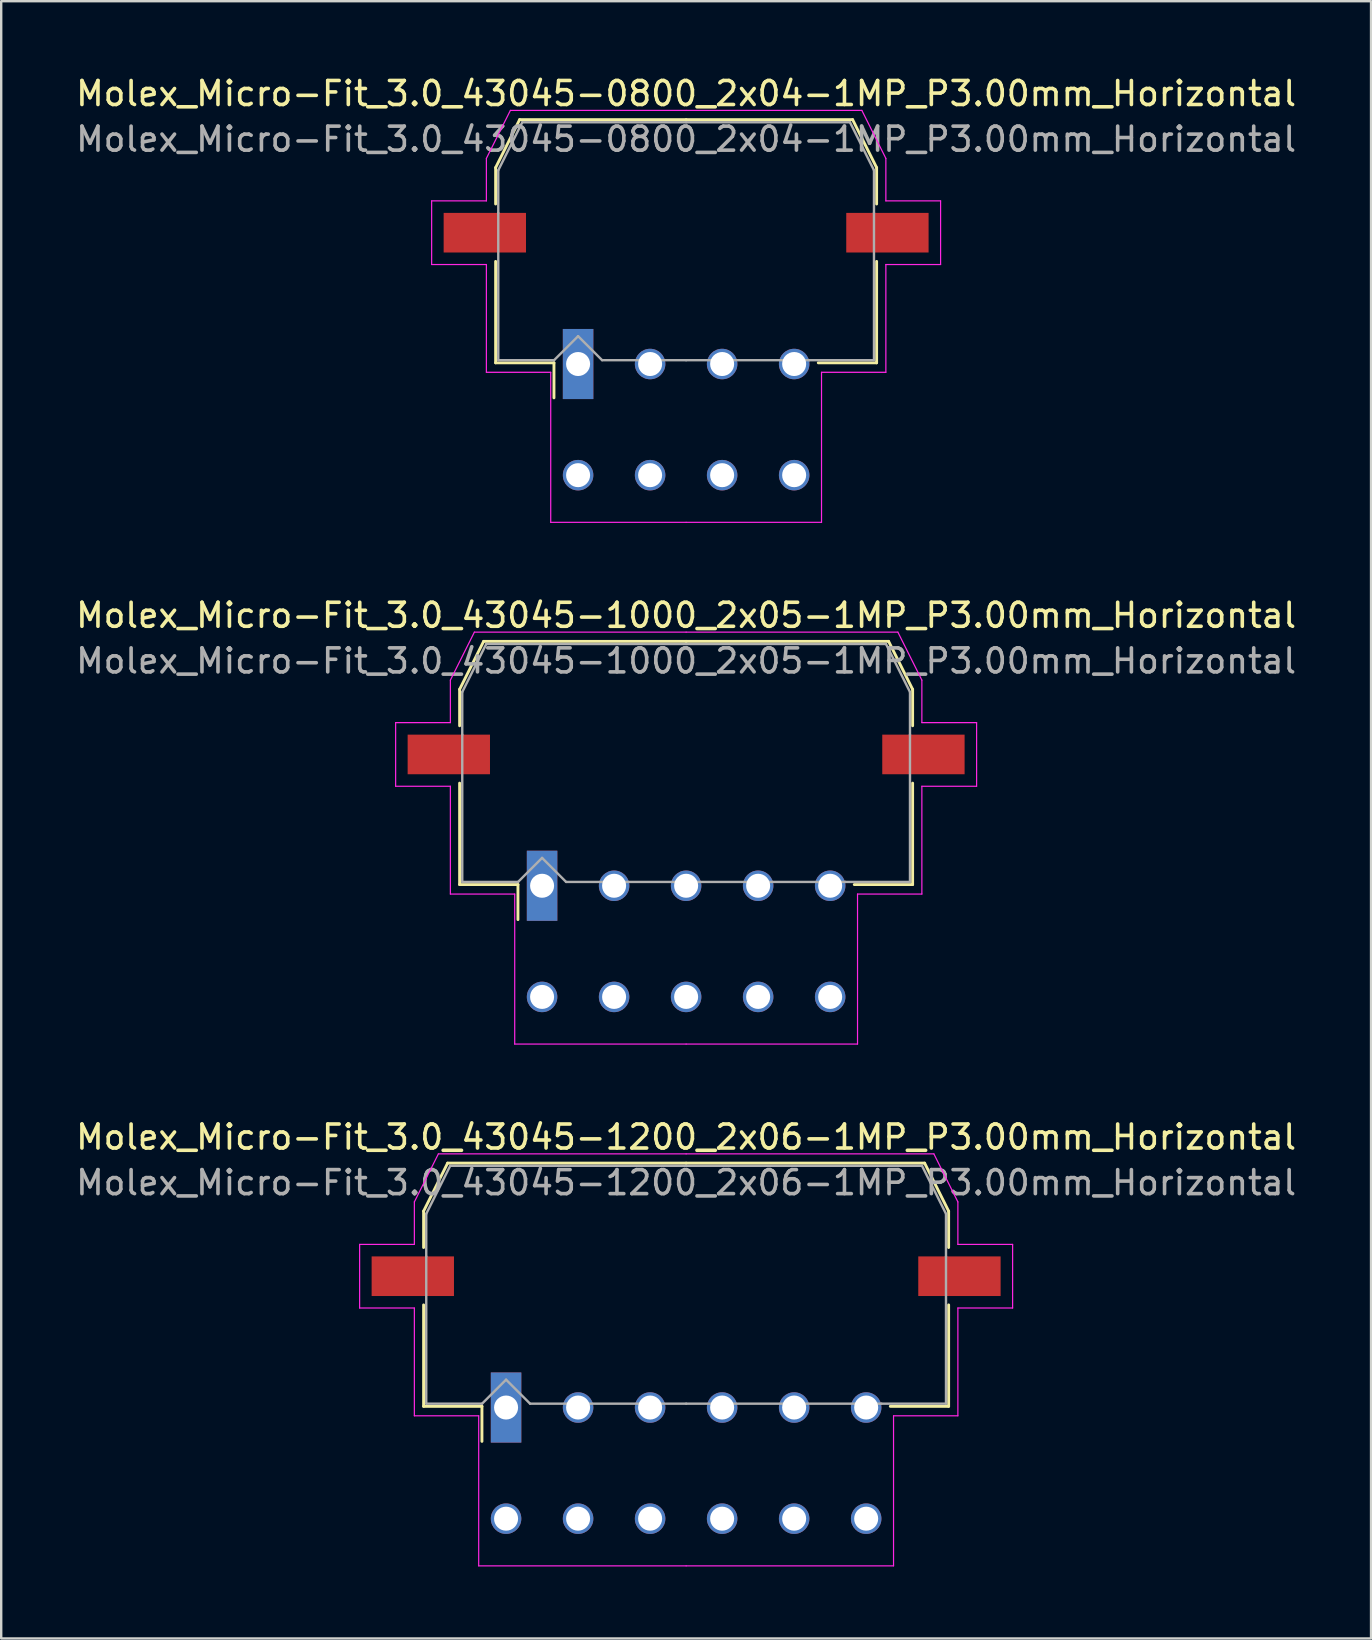
<source format=kicad_pcb>
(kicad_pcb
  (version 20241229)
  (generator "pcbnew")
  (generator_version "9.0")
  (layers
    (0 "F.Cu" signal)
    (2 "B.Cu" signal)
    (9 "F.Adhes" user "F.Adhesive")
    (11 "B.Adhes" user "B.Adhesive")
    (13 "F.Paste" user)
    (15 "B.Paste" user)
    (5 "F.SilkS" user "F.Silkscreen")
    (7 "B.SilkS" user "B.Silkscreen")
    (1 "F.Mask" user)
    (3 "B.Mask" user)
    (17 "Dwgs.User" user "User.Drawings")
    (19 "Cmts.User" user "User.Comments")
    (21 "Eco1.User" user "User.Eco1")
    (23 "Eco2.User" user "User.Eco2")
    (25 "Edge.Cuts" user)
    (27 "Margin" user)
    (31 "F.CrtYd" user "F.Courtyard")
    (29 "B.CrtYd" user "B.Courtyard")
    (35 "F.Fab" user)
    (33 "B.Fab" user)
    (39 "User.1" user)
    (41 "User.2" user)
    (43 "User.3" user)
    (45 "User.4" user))
  (footprint "Molex_Micro-Fit_3.0_43045-0800_2x04-1MP_P3.00mm_Horizontal"
    (layer "F.Cu")
    (at 25.53 14.428)
    (property "Reference" "Molex_Micro-Fit_3.0_43045-0800_2x04-1MP_P3.00mm_Horizontal" (at 0 -13.58 0) (layer "F.SilkS") (effects (font (size 1 1) (thickness 0.15))))
    (attr through_hole)
    (fp_line (start -7.935 -10.495) (end -7.935 -8.98) (stroke (width 0.12) (type solid)) (layer "F.SilkS"))
    (fp_line (start -7.935 -6.59) (end -7.935 -2.365) (stroke (width 0.12) (type solid)) (layer "F.SilkS"))
    (fp_line (start -7.935 -2.365) (end -5.505 -2.365) (stroke (width 0.12) (type solid)) (layer "F.SilkS"))
    (fp_line (start -6.935 -12.495) (end -7.935 -10.495) (stroke (width 0.12) (type solid)) (layer "F.SilkS"))
    (fp_line (start -5.505 -2.365) (end -5.505 -0.905) (stroke (width 0.12) (type solid)) (layer "F.SilkS"))
    (fp_line (start 0 -12.495) (end -6.935 -12.495) (stroke (width 0.12) (type solid)) (layer "F.SilkS"))
    (fp_line (start 0 -12.495) (end 6.935 -12.495) (stroke (width 0.12) (type solid)) (layer "F.SilkS"))
    (fp_line (start 6.935 -12.495) (end 7.935 -10.495) (stroke (width 0.12) (type solid)) (layer "F.SilkS"))
    (fp_line (start 7.935 -10.495) (end 7.935 -8.98) (stroke (width 0.12) (type solid)) (layer "F.SilkS"))
    (fp_line (start 7.935 -6.59) (end 7.935 -2.365) (stroke (width 0.12) (type solid)) (layer "F.SilkS"))
    (fp_line (start 7.935 -2.365) (end 5.505 -2.365) (stroke (width 0.12) (type solid)) (layer "F.SilkS"))
    (fp_line (start -10.6 -9.11) (end -10.6 -6.46) (stroke (width 0.05) (type solid)) (layer "F.CrtYd"))
    (fp_line (start -10.6 -6.46) (end -8.32 -6.46) (stroke (width 0.05) (type solid)) (layer "F.CrtYd"))
    (fp_line (start -8.32 -10.88) (end -8.32 -9.11) (stroke (width 0.05) (type solid)) (layer "F.CrtYd"))
    (fp_line (start -8.32 -9.11) (end -10.6 -9.11) (stroke (width 0.05) (type solid)) (layer "F.CrtYd"))
    (fp_line (start -8.32 -6.46) (end -8.32 -1.97) (stroke (width 0.05) (type solid)) (layer "F.CrtYd"))
    (fp_line (start -8.32 -1.97) (end -5.64 -1.97) (stroke (width 0.05) (type solid)) (layer "F.CrtYd"))
    (fp_line (start -7.32 -12.88) (end -8.32 -10.88) (stroke (width 0.05) (type solid)) (layer "F.CrtYd"))
    (fp_line (start -5.64 -1.97) (end -5.64 4.28) (stroke (width 0.05) (type solid)) (layer "F.CrtYd"))
    (fp_line (start -5.64 4.28) (end 0 4.28) (stroke (width 0.05) (type solid)) (layer "F.CrtYd"))
    (fp_line (start 0 -12.88) (end -7.32 -12.88) (stroke (width 0.05) (type solid)) (layer "F.CrtYd"))
    (fp_line (start 0 -12.88) (end 7.32 -12.88) (stroke (width 0.05) (type solid)) (layer "F.CrtYd"))
    (fp_line (start 5.64 -1.97) (end 5.64 4.28) (stroke (width 0.05) (type solid)) (layer "F.CrtYd"))
    (fp_line (start 5.64 4.28) (end 0 4.28) (stroke (width 0.05) (type solid)) (layer "F.CrtYd"))
    (fp_line (start 7.32 -12.88) (end 8.32 -10.88) (stroke (width 0.05) (type solid)) (layer "F.CrtYd"))
    (fp_line (start 8.32 -10.88) (end 8.32 -9.11) (stroke (width 0.05) (type solid)) (layer "F.CrtYd"))
    (fp_line (start 8.32 -9.11) (end 10.6 -9.11) (stroke (width 0.05) (type solid)) (layer "F.CrtYd"))
    (fp_line (start 8.32 -6.46) (end 8.32 -1.97) (stroke (width 0.05) (type solid)) (layer "F.CrtYd"))
    (fp_line (start 8.32 -1.97) (end 5.64 -1.97) (stroke (width 0.05) (type solid)) (layer "F.CrtYd"))
    (fp_line (start 10.6 -9.11) (end 10.6 -6.46) (stroke (width 0.05) (type solid)) (layer "F.CrtYd"))
    (fp_line (start 10.6 -6.46) (end 8.32 -6.46) (stroke (width 0.05) (type solid)) (layer "F.CrtYd"))
    (fp_line (start -7.825 -10.385) (end -7.825 -8.61) (stroke (width 0.1) (type solid)) (layer "F.Fab"))
    (fp_line (start -7.825 -8.61) (end -7.825 -2.475) (stroke (width 0.1) (type solid)) (layer "F.Fab"))
    (fp_line (start -7.825 -2.475) (end -5.5 -2.475) (stroke (width 0.1) (type solid)) (layer "F.Fab"))
    (fp_line (start -6.825 -12.385) (end -7.825 -10.385) (stroke (width 0.1) (type solid)) (layer "F.Fab"))
    (fp_line (start -5.5 -2.475) (end -4.5 -3.475) (stroke (width 0.1) (type solid)) (layer "F.Fab"))
    (fp_line (start -4.5 -3.475) (end -3.5 -2.475) (stroke (width 0.1) (type solid)) (layer "F.Fab"))
    (fp_line (start -3.5 -2.475) (end 0 -2.475) (stroke (width 0.1) (type solid)) (layer "F.Fab"))
    (fp_line (start 0 -12.385) (end -6.825 -12.385) (stroke (width 0.1) (type solid)) (layer "F.Fab"))
    (fp_line (start 0 -12.385) (end 6.825 -12.385) (stroke (width 0.1) (type solid)) (layer "F.Fab"))
    (fp_line (start 5.135 -2.475) (end 0 -2.475) (stroke (width 0.1) (type solid)) (layer "F.Fab"))
    (fp_line (start 6.825 -12.385) (end 7.825 -10.385) (stroke (width 0.1) (type solid)) (layer "F.Fab"))
    (fp_line (start 7.825 -10.385) (end 7.825 -8.61) (stroke (width 0.1) (type solid)) (layer "F.Fab"))
    (fp_line (start 7.825 -8.61) (end 7.825 -2.475) (stroke (width 0.1) (type solid)) (layer "F.Fab"))
    (fp_line (start 7.825 -2.475) (end 5.135 -2.475) (stroke (width 0.1) (type solid)) (layer "F.Fab"))
    (fp_text user "${REFERENCE}" (at 0 -11.68 0) (layer "F.Fab") (effects (font (size 1 1) (thickness 0.15))))
    (pad "1" thru_hole rect (at -4.5 -2.315) (size 1.27 2.92) (drill 1) (layers "*.Cu" "*.Mask"))
    (pad "2" thru_hole circle (at -1.5 -2.315) (size 1.27 1.27) (drill 1) (layers "*.Cu" "*.Mask"))
    (pad "3" thru_hole circle (at 1.5 -2.315) (size 1.27 1.27) (drill 1) (layers "*.Cu" "*.Mask"))
    (pad "4" thru_hole circle (at 4.5 -2.315) (size 1.27 1.27) (drill 1) (layers "*.Cu" "*.Mask"))
    (pad "5" thru_hole circle (at -4.5 2.315) (size 1.27 1.27) (drill 1) (layers "*.Cu" "*.Mask"))
    (pad "6" thru_hole circle (at -1.5 2.315) (size 1.27 1.27) (drill 1) (layers "*.Cu" "*.Mask"))
    (pad "7" thru_hole circle (at 1.5 2.315) (size 1.27 1.27) (drill 1) (layers "*.Cu" "*.Mask"))
    (pad "8" thru_hole circle (at 4.5 2.315) (size 1.27 1.27) (drill 1) (layers "*.Cu" "*.Mask"))
    (pad "MP" smd rect (at -8.385 -7.785) (size 3.43 1.65) (layers "F.Cu" "F.Mask" "F.Paste"))
    (pad "MP" smd rect (at 8.385 -7.785) (size 3.43 1.65) (layers "F.Cu" "F.Mask" "F.Paste")))
  (footprint "Molex_Micro-Fit_3.0_43045-1000_2x05-1MP_P3.00mm_Horizontal"
    (layer "F.Cu")
    (at 25.53 36.161)
    (property "Reference" "Molex_Micro-Fit_3.0_43045-1000_2x05-1MP_P3.00mm_Horizontal" (at 0 -13.58 0) (layer "F.SilkS") (effects (font (size 1 1) (thickness 0.15))))
    (attr through_hole)
    (fp_line (start -9.435 -10.495) (end -9.435 -8.98) (stroke (width 0.12) (type solid)) (layer "F.SilkS"))
    (fp_line (start -9.435 -6.59) (end -9.435 -2.365) (stroke (width 0.12) (type solid)) (layer "F.SilkS"))
    (fp_line (start -9.435 -2.365) (end -7.005 -2.365) (stroke (width 0.12) (type solid)) (layer "F.SilkS"))
    (fp_line (start -8.435 -12.495) (end -9.435 -10.495) (stroke (width 0.12) (type solid)) (layer "F.SilkS"))
    (fp_line (start -7.005 -2.365) (end -7.005 -0.905) (stroke (width 0.12) (type solid)) (layer "F.SilkS"))
    (fp_line (start 0 -12.495) (end -8.435 -12.495) (stroke (width 0.12) (type solid)) (layer "F.SilkS"))
    (fp_line (start 0 -12.495) (end 8.435 -12.495) (stroke (width 0.12) (type solid)) (layer "F.SilkS"))
    (fp_line (start 8.435 -12.495) (end 9.435 -10.495) (stroke (width 0.12) (type solid)) (layer "F.SilkS"))
    (fp_line (start 9.435 -10.495) (end 9.435 -8.98) (stroke (width 0.12) (type solid)) (layer "F.SilkS"))
    (fp_line (start 9.435 -6.59) (end 9.435 -2.365) (stroke (width 0.12) (type solid)) (layer "F.SilkS"))
    (fp_line (start 9.435 -2.365) (end 7.005 -2.365) (stroke (width 0.12) (type solid)) (layer "F.SilkS"))
    (fp_line (start -12.1 -9.11) (end -12.1 -6.46) (stroke (width 0.05) (type solid)) (layer "F.CrtYd"))
    (fp_line (start -12.1 -6.46) (end -9.82 -6.46) (stroke (width 0.05) (type solid)) (layer "F.CrtYd"))
    (fp_line (start -9.82 -10.88) (end -9.82 -9.11) (stroke (width 0.05) (type solid)) (layer "F.CrtYd"))
    (fp_line (start -9.82 -9.11) (end -12.1 -9.11) (stroke (width 0.05) (type solid)) (layer "F.CrtYd"))
    (fp_line (start -9.82 -6.46) (end -9.82 -1.97) (stroke (width 0.05) (type solid)) (layer "F.CrtYd"))
    (fp_line (start -9.82 -1.97) (end -7.14 -1.97) (stroke (width 0.05) (type solid)) (layer "F.CrtYd"))
    (fp_line (start -8.82 -12.88) (end -9.82 -10.88) (stroke (width 0.05) (type solid)) (layer "F.CrtYd"))
    (fp_line (start -7.14 -1.97) (end -7.14 4.28) (stroke (width 0.05) (type solid)) (layer "F.CrtYd"))
    (fp_line (start -7.14 4.28) (end 0 4.28) (stroke (width 0.05) (type solid)) (layer "F.CrtYd"))
    (fp_line (start 0 -12.88) (end -8.82 -12.88) (stroke (width 0.05) (type solid)) (layer "F.CrtYd"))
    (fp_line (start 0 -12.88) (end 8.82 -12.88) (stroke (width 0.05) (type solid)) (layer "F.CrtYd"))
    (fp_line (start 7.14 -1.97) (end 7.14 4.28) (stroke (width 0.05) (type solid)) (layer "F.CrtYd"))
    (fp_line (start 7.14 4.28) (end 0 4.28) (stroke (width 0.05) (type solid)) (layer "F.CrtYd"))
    (fp_line (start 8.82 -12.88) (end 9.82 -10.88) (stroke (width 0.05) (type solid)) (layer "F.CrtYd"))
    (fp_line (start 9.82 -10.88) (end 9.82 -9.11) (stroke (width 0.05) (type solid)) (layer "F.CrtYd"))
    (fp_line (start 9.82 -9.11) (end 12.1 -9.11) (stroke (width 0.05) (type solid)) (layer "F.CrtYd"))
    (fp_line (start 9.82 -6.46) (end 9.82 -1.97) (stroke (width 0.05) (type solid)) (layer "F.CrtYd"))
    (fp_line (start 9.82 -1.97) (end 7.14 -1.97) (stroke (width 0.05) (type solid)) (layer "F.CrtYd"))
    (fp_line (start 12.1 -9.11) (end 12.1 -6.46) (stroke (width 0.05) (type solid)) (layer "F.CrtYd"))
    (fp_line (start 12.1 -6.46) (end 9.82 -6.46) (stroke (width 0.05) (type solid)) (layer "F.CrtYd"))
    (fp_line (start -9.325 -10.385) (end -9.325 -8.61) (stroke (width 0.1) (type solid)) (layer "F.Fab"))
    (fp_line (start -9.325 -8.61) (end -9.325 -2.475) (stroke (width 0.1) (type solid)) (layer "F.Fab"))
    (fp_line (start -9.325 -2.475) (end -7 -2.475) (stroke (width 0.1) (type solid)) (layer "F.Fab"))
    (fp_line (start -8.325 -12.385) (end -9.325 -10.385) (stroke (width 0.1) (type solid)) (layer "F.Fab"))
    (fp_line (start -7 -2.475) (end -6 -3.475) (stroke (width 0.1) (type solid)) (layer "F.Fab"))
    (fp_line (start -6 -3.475) (end -5 -2.475) (stroke (width 0.1) (type solid)) (layer "F.Fab"))
    (fp_line (start -5 -2.475) (end 0 -2.475) (stroke (width 0.1) (type solid)) (layer "F.Fab"))
    (fp_line (start 0 -12.385) (end -8.325 -12.385) (stroke (width 0.1) (type solid)) (layer "F.Fab"))
    (fp_line (start 0 -12.385) (end 8.325 -12.385) (stroke (width 0.1) (type solid)) (layer "F.Fab"))
    (fp_line (start 6.635 -2.475) (end 0 -2.475) (stroke (width 0.1) (type solid)) (layer "F.Fab"))
    (fp_line (start 8.325 -12.385) (end 9.325 -10.385) (stroke (width 0.1) (type solid)) (layer "F.Fab"))
    (fp_line (start 9.325 -10.385) (end 9.325 -8.61) (stroke (width 0.1) (type solid)) (layer "F.Fab"))
    (fp_line (start 9.325 -8.61) (end 9.325 -2.475) (stroke (width 0.1) (type solid)) (layer "F.Fab"))
    (fp_line (start 9.325 -2.475) (end 6.635 -2.475) (stroke (width 0.1) (type solid)) (layer "F.Fab"))
    (fp_text user "${REFERENCE}" (at 0 -11.68 0) (layer "F.Fab") (effects (font (size 1 1) (thickness 0.15))))
    (pad "1" thru_hole rect (at -6 -2.315) (size 1.27 2.92) (drill 1) (layers "*.Cu" "*.Mask"))
    (pad "2" thru_hole circle (at -3 -2.315) (size 1.27 1.27) (drill 1) (layers "*.Cu" "*.Mask"))
    (pad "3" thru_hole circle (at 0 -2.315) (size 1.27 1.27) (drill 1) (layers "*.Cu" "*.Mask"))
    (pad "4" thru_hole circle (at 3 -2.315) (size 1.27 1.27) (drill 1) (layers "*.Cu" "*.Mask"))
    (pad "5" thru_hole circle (at 6 -2.315) (size 1.27 1.27) (drill 1) (layers "*.Cu" "*.Mask"))
    (pad "6" thru_hole circle (at -6 2.315) (size 1.27 1.27) (drill 1) (layers "*.Cu" "*.Mask"))
    (pad "7" thru_hole circle (at -3 2.315) (size 1.27 1.27) (drill 1) (layers "*.Cu" "*.Mask"))
    (pad "8" thru_hole circle (at 0 2.315) (size 1.27 1.27) (drill 1) (layers "*.Cu" "*.Mask"))
    (pad "9" thru_hole circle (at 3 2.315) (size 1.27 1.27) (drill 1) (layers "*.Cu" "*.Mask"))
    (pad "10" thru_hole circle (at 6 2.315) (size 1.27 1.27) (drill 1) (layers "*.Cu" "*.Mask"))
    (pad "MP" smd rect (at -9.885 -7.785) (size 3.43 1.65) (layers "F.Cu" "F.Mask" "F.Paste"))
    (pad "MP" smd rect (at 9.885 -7.785) (size 3.43 1.65) (layers "F.Cu" "F.Mask" "F.Paste")))
  (footprint "Molex_Micro-Fit_3.0_43045-1200_2x06-1MP_P3.00mm_Horizontal"
    (layer "F.Cu")
    (at 25.53 57.895)
    (property "Reference" "Molex_Micro-Fit_3.0_43045-1200_2x06-1MP_P3.00mm_Horizontal" (at 0 -13.58 0) (layer "F.SilkS") (effects (font (size 1 1) (thickness 0.15))))
    (attr through_hole)
    (fp_line (start -10.935 -10.495) (end -10.935 -8.98) (stroke (width 0.12) (type solid)) (layer "F.SilkS"))
    (fp_line (start -10.935 -6.59) (end -10.935 -2.365) (stroke (width 0.12) (type solid)) (layer "F.SilkS"))
    (fp_line (start -10.935 -2.365) (end -8.505 -2.365) (stroke (width 0.12) (type solid)) (layer "F.SilkS"))
    (fp_line (start -9.935 -12.495) (end -10.935 -10.495) (stroke (width 0.12) (type solid)) (layer "F.SilkS"))
    (fp_line (start -8.505 -2.365) (end -8.505 -0.905) (stroke (width 0.12) (type solid)) (layer "F.SilkS"))
    (fp_line (start 0 -12.495) (end -9.935 -12.495) (stroke (width 0.12) (type solid)) (layer "F.SilkS"))
    (fp_line (start 0 -12.495) (end 9.935 -12.495) (stroke (width 0.12) (type solid)) (layer "F.SilkS"))
    (fp_line (start 9.935 -12.495) (end 10.935 -10.495) (stroke (width 0.12) (type solid)) (layer "F.SilkS"))
    (fp_line (start 10.935 -10.495) (end 10.935 -8.98) (stroke (width 0.12) (type solid)) (layer "F.SilkS"))
    (fp_line (start 10.935 -6.59) (end 10.935 -2.365) (stroke (width 0.12) (type solid)) (layer "F.SilkS"))
    (fp_line (start 10.935 -2.365) (end 8.505 -2.365) (stroke (width 0.12) (type solid)) (layer "F.SilkS"))
    (fp_line (start -13.6 -9.11) (end -13.6 -6.46) (stroke (width 0.05) (type solid)) (layer "F.CrtYd"))
    (fp_line (start -13.6 -6.46) (end -11.32 -6.46) (stroke (width 0.05) (type solid)) (layer "F.CrtYd"))
    (fp_line (start -11.32 -10.88) (end -11.32 -9.11) (stroke (width 0.05) (type solid)) (layer "F.CrtYd"))
    (fp_line (start -11.32 -9.11) (end -13.6 -9.11) (stroke (width 0.05) (type solid)) (layer "F.CrtYd"))
    (fp_line (start -11.32 -6.46) (end -11.32 -1.97) (stroke (width 0.05) (type solid)) (layer "F.CrtYd"))
    (fp_line (start -11.32 -1.97) (end -8.64 -1.97) (stroke (width 0.05) (type solid)) (layer "F.CrtYd"))
    (fp_line (start -10.32 -12.88) (end -11.32 -10.88) (stroke (width 0.05) (type solid)) (layer "F.CrtYd"))
    (fp_line (start -8.64 -1.97) (end -8.64 4.28) (stroke (width 0.05) (type solid)) (layer "F.CrtYd"))
    (fp_line (start -8.64 4.28) (end 0 4.28) (stroke (width 0.05) (type solid)) (layer "F.CrtYd"))
    (fp_line (start 0 -12.88) (end -10.32 -12.88) (stroke (width 0.05) (type solid)) (layer "F.CrtYd"))
    (fp_line (start 0 -12.88) (end 10.32 -12.88) (stroke (width 0.05) (type solid)) (layer "F.CrtYd"))
    (fp_line (start 8.64 -1.97) (end 8.64 4.28) (stroke (width 0.05) (type solid)) (layer "F.CrtYd"))
    (fp_line (start 8.64 4.28) (end 0 4.28) (stroke (width 0.05) (type solid)) (layer "F.CrtYd"))
    (fp_line (start 10.32 -12.88) (end 11.32 -10.88) (stroke (width 0.05) (type solid)) (layer "F.CrtYd"))
    (fp_line (start 11.32 -10.88) (end 11.32 -9.11) (stroke (width 0.05) (type solid)) (layer "F.CrtYd"))
    (fp_line (start 11.32 -9.11) (end 13.6 -9.11) (stroke (width 0.05) (type solid)) (layer "F.CrtYd"))
    (fp_line (start 11.32 -6.46) (end 11.32 -1.97) (stroke (width 0.05) (type solid)) (layer "F.CrtYd"))
    (fp_line (start 11.32 -1.97) (end 8.64 -1.97) (stroke (width 0.05) (type solid)) (layer "F.CrtYd"))
    (fp_line (start 13.6 -9.11) (end 13.6 -6.46) (stroke (width 0.05) (type solid)) (layer "F.CrtYd"))
    (fp_line (start 13.6 -6.46) (end 11.32 -6.46) (stroke (width 0.05) (type solid)) (layer "F.CrtYd"))
    (fp_line (start -10.825 -10.385) (end -10.825 -8.61) (stroke (width 0.1) (type solid)) (layer "F.Fab"))
    (fp_line (start -10.825 -8.61) (end -10.825 -2.475) (stroke (width 0.1) (type solid)) (layer "F.Fab"))
    (fp_line (start -10.825 -2.475) (end -8.5 -2.475) (stroke (width 0.1) (type solid)) (layer "F.Fab"))
    (fp_line (start -9.825 -12.385) (end -10.825 -10.385) (stroke (width 0.1) (type solid)) (layer "F.Fab"))
    (fp_line (start -8.5 -2.475) (end -7.5 -3.475) (stroke (width 0.1) (type solid)) (layer "F.Fab"))
    (fp_line (start -7.5 -3.475) (end -6.5 -2.475) (stroke (width 0.1) (type solid)) (layer "F.Fab"))
    (fp_line (start -6.5 -2.475) (end 0 -2.475) (stroke (width 0.1) (type solid)) (layer "F.Fab"))
    (fp_line (start 0 -12.385) (end -9.825 -12.385) (stroke (width 0.1) (type solid)) (layer "F.Fab"))
    (fp_line (start 0 -12.385) (end 9.825 -12.385) (stroke (width 0.1) (type solid)) (layer "F.Fab"))
    (fp_line (start 8.135 -2.475) (end 0 -2.475) (stroke (width 0.1) (type solid)) (layer "F.Fab"))
    (fp_line (start 9.825 -12.385) (end 10.825 -10.385) (stroke (width 0.1) (type solid)) (layer "F.Fab"))
    (fp_line (start 10.825 -10.385) (end 10.825 -8.61) (stroke (width 0.1) (type solid)) (layer "F.Fab"))
    (fp_line (start 10.825 -8.61) (end 10.825 -2.475) (stroke (width 0.1) (type solid)) (layer "F.Fab"))
    (fp_line (start 10.825 -2.475) (end 8.135 -2.475) (stroke (width 0.1) (type solid)) (layer "F.Fab"))
    (fp_text user "${REFERENCE}" (at 0 -11.68 0) (layer "F.Fab") (effects (font (size 1 1) (thickness 0.15))))
    (pad "1" thru_hole rect (at -7.5 -2.315) (size 1.27 2.92) (drill 1) (layers "*.Cu" "*.Mask"))
    (pad "2" thru_hole circle (at -4.5 -2.315) (size 1.27 1.27) (drill 1) (layers "*.Cu" "*.Mask"))
    (pad "3" thru_hole circle (at -1.5 -2.315) (size 1.27 1.27) (drill 1) (layers "*.Cu" "*.Mask"))
    (pad "4" thru_hole circle (at 1.5 -2.315) (size 1.27 1.27) (drill 1) (layers "*.Cu" "*.Mask"))
    (pad "5" thru_hole circle (at 4.5 -2.315) (size 1.27 1.27) (drill 1) (layers "*.Cu" "*.Mask"))
    (pad "6" thru_hole circle (at 7.5 -2.315) (size 1.27 1.27) (drill 1) (layers "*.Cu" "*.Mask"))
    (pad "7" thru_hole circle (at -7.5 2.315) (size 1.27 1.27) (drill 1) (layers "*.Cu" "*.Mask"))
    (pad "8" thru_hole circle (at -4.5 2.315) (size 1.27 1.27) (drill 1) (layers "*.Cu" "*.Mask"))
    (pad "9" thru_hole circle (at -1.5 2.315) (size 1.27 1.27) (drill 1) (layers "*.Cu" "*.Mask"))
    (pad "10" thru_hole circle (at 1.5 2.315) (size 1.27 1.27) (drill 1) (layers "*.Cu" "*.Mask"))
    (pad "11" thru_hole circle (at 4.5 2.315) (size 1.27 1.27) (drill 1) (layers "*.Cu" "*.Mask"))
    (pad "12" thru_hole circle (at 7.5 2.315) (size 1.27 1.27) (drill 1) (layers "*.Cu" "*.Mask"))
    (pad "MP" smd rect (at -11.385 -7.785) (size 3.43 1.65) (layers "F.Cu" "F.Mask" "F.Paste"))
    (pad "MP" smd rect (at 11.385 -7.785) (size 3.43 1.65) (layers "F.Cu" "F.Mask" "F.Paste")))
  (gr_rect
    (start -3 -3)
    (end 54.06 65.2)
    (stroke (width 0.1) (type default))
    (fill no)
    (layer "Edge.Cuts")))
</source>
